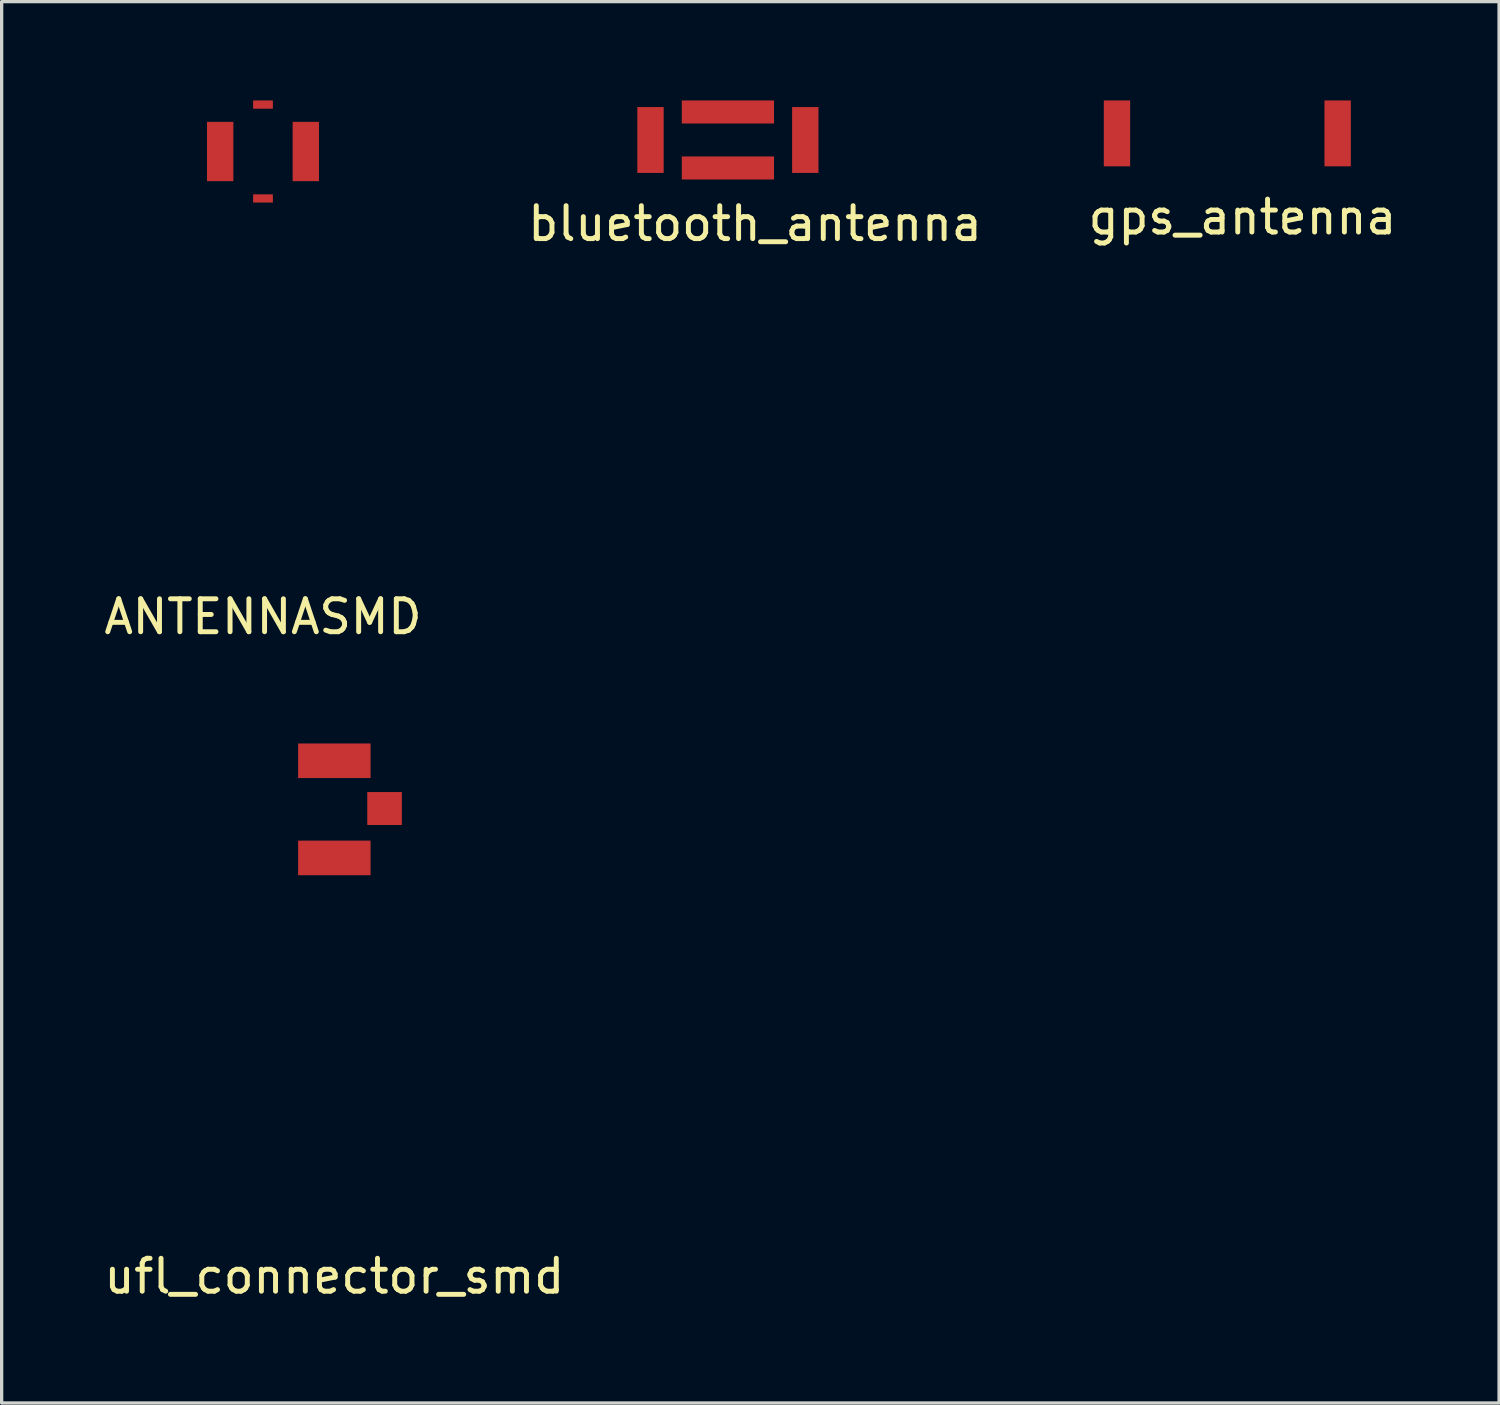
<source format=kicad_pcb>
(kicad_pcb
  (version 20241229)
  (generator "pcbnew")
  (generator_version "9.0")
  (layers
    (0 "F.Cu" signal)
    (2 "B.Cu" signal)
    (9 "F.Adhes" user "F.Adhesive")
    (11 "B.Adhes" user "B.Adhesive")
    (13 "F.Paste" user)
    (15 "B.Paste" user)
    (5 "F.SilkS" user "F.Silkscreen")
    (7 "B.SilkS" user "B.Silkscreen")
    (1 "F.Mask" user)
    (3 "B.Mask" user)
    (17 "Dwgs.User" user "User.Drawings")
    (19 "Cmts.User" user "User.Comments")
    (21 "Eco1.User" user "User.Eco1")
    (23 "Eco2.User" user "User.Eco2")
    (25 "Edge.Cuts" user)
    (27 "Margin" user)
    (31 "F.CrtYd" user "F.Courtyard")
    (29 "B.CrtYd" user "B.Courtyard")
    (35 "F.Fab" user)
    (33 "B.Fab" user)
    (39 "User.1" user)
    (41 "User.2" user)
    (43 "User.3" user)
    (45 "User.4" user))
  (footprint "ufl_connector_smd"
    (layer "F.Cu")
    (at 7.101 22.998)
    (property "Reference" "ufl_connector_smd" (at 0 12.7 0) (layer "F.SilkS") (effects (font (size 1 1) (thickness 0.15))))
    (attr through_hole)
    (pad "" smd rect (at 0 -2.95) (size 2.2 1.05) (layers "F.Cu" "F.Mask" "F.Paste"))
    (pad "" smd rect (at 0 0) (size 2.2 1.05) (layers "F.Cu" "F.Mask" "F.Paste"))
    (pad "1" smd rect (at 1.525 -1.5) (size 1.05 1) (layers "F.Cu" "F.Mask" "F.Paste")))
  (footprint "ANTENNASMD"
    (layer "F.Cu")
    (at 4.935 2.975)
    (property "Reference" "ANTENNASMD" (at 0 12.7 0) (layer "F.SilkS") (effects (font (size 1 1) (thickness 0.15))))
    (attr through_hole)
    (pad "1" smd rect (at 0 -2.85) (size 0.6 0.25) (layers "F.Cu" "F.Mask" "F.Paste"))
    (pad "1" smd rect (at 0 0) (size 0.6 0.25) (layers "F.Cu" "F.Mask" "F.Paste"))
    (pad "2" smd rect (at -1.3 -1.425) (size 0.8 1.8) (layers "F.Cu" "F.Mask" "F.Paste"))
    (pad "2" smd rect (at 1.3 -1.425) (size 0.8 1.8) (layers "F.Cu" "F.Mask" "F.Paste")))
  (footprint "gps_antenna"
    (layer "F.Cu")
    (at 30.863 1)
    (property "Reference" "gps_antenna" (at 3.81 2.54 0) (layer "F.SilkS") (effects (font (size 1 1) (thickness 0.15))))
    (attr through_hole)
    (pad "" smd rect (at 6.7 0) (size 0.8 2) (layers "F.Cu" "F.Mask" "F.Paste"))
    (pad "1" smd rect (at 0 0) (size 0.8 2) (layers "F.Cu" "F.Mask" "F.Paste")))
  (footprint "bluetooth_antenna"
    (layer "F.Cu")
    (at 16.7 1.2)
    (property "Reference" "bluetooth_antenna" (at 3.175 2.54 0) (layer "F.SilkS") (effects (font (size 1 1) (thickness 0.15))))
    (attr through_hole)
    (pad "" smd rect (at 2.35 -0.85) (size 2.8 0.7) (layers "F.Cu" "F.Mask" "F.Paste"))
    (pad "" smd rect (at 2.35 0.85) (size 2.8 0.7) (layers "F.Cu" "F.Mask" "F.Paste"))
    (pad "" smd rect (at 4.7 0) (size 0.8 2) (layers "F.Cu" "F.Mask" "F.Paste"))
    (pad "1" smd rect (at 0 0) (size 0.8 2) (layers "F.Cu" "F.Mask" "F.Paste")))
  (gr_rect
    (start -3 -3)
    (end 42.464 39.547)
    (stroke (width 0.1) (type default))
    (fill no)
    (layer "Edge.Cuts")))
</source>
